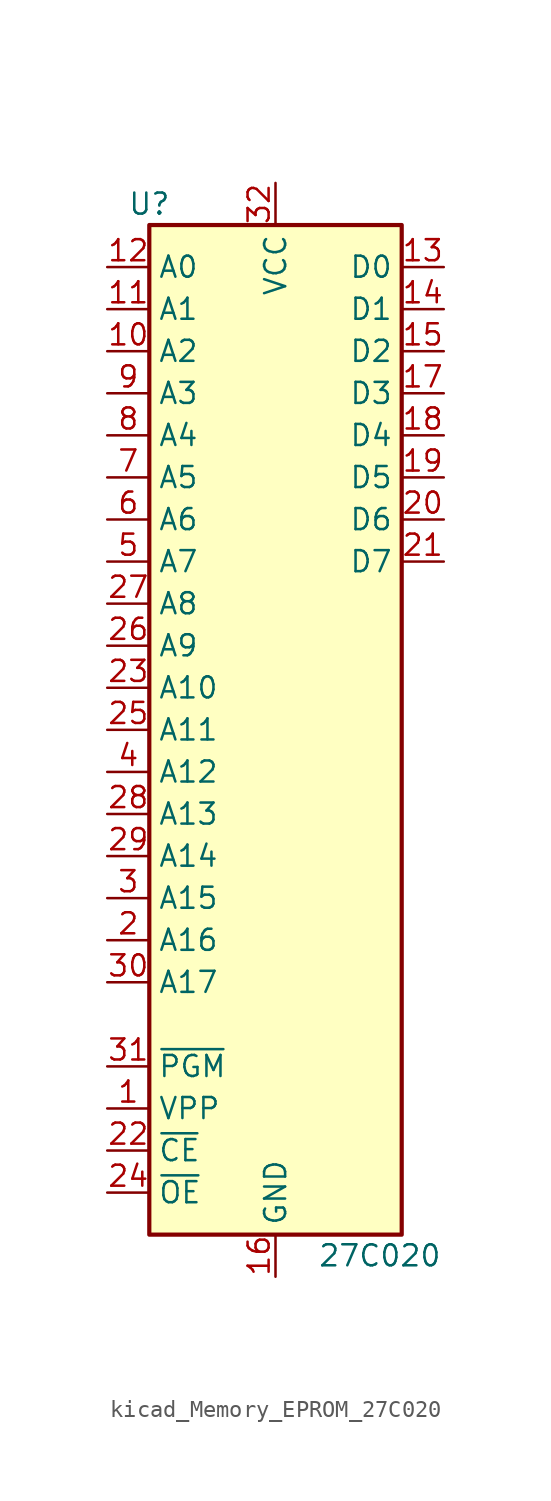
<source format=kicad_sym>
(kicad_symbol_lib
  (version 20220914)
  (generator kicad_symbol_editor)
  (symbol "kicad_Memory_EPROM_27C020"
    (property "Reference" "U"
      (at -7.62 31.75 0)
      (effects (font (size 1.27 1.27))))
    (property "Value" "27C020"
      (at 2.54 -31.75 0)
      (effects (font (size 1.27 1.27)) (justify left)))
    (symbol "kicad_Memory_EPROM_27C020_1_1"
      (rectangle (start -7.62 30.48) (end 7.62 -30.48) (stroke (width 0.254) (type default)) (fill (type background)))
      (pin input line (at -10.16 -22.86 0) (length 2.54) (name "VPP" (effects (font (size 1.27 1.27)))) (number "1" (effects (font (size 1.27 1.27)))))
      (pin input line (at -10.16 22.86 0) (length 2.54) (name "A2" (effects (font (size 1.27 1.27)))) (number "10" (effects (font (size 1.27 1.27)))))
      (pin input line (at -10.16 25.4 0) (length 2.54) (name "A1" (effects (font (size 1.27 1.27)))) (number "11" (effects (font (size 1.27 1.27)))))
      (pin input line (at -10.16 27.94 0) (length 2.54) (name "A0" (effects (font (size 1.27 1.27)))) (number "12" (effects (font (size 1.27 1.27)))))
      (pin tri_state line (at 10.16 27.94 180) (length 2.54) (name "D0" (effects (font (size 1.27 1.27)))) (number "13" (effects (font (size 1.27 1.27)))))
      (pin tri_state line (at 10.16 25.4 180) (length 2.54) (name "D1" (effects (font (size 1.27 1.27)))) (number "14" (effects (font (size 1.27 1.27)))))
      (pin tri_state line (at 10.16 22.86 180) (length 2.54) (name "D2" (effects (font (size 1.27 1.27)))) (number "15" (effects (font (size 1.27 1.27)))))
      (pin power_in line (at 0 -33.02 90) (length 2.54) (name "GND" (effects (font (size 1.27 1.27)))) (number "16" (effects (font (size 1.27 1.27)))))
      (pin tri_state line (at 10.16 20.32 180) (length 2.54) (name "D3" (effects (font (size 1.27 1.27)))) (number "17" (effects (font (size 1.27 1.27)))))
      (pin tri_state line (at 10.16 17.78 180) (length 2.54) (name "D4" (effects (font (size 1.27 1.27)))) (number "18" (effects (font (size 1.27 1.27)))))
      (pin tri_state line (at 10.16 15.24 180) (length 2.54) (name "D5" (effects (font (size 1.27 1.27)))) (number "19" (effects (font (size 1.27 1.27)))))
      (pin input line (at -10.16 -12.7 0) (length 2.54) (name "A16" (effects (font (size 1.27 1.27)))) (number "2" (effects (font (size 1.27 1.27)))))
      (pin tri_state line (at 10.16 12.7 180) (length 2.54) (name "D6" (effects (font (size 1.27 1.27)))) (number "20" (effects (font (size 1.27 1.27)))))
      (pin tri_state line (at 10.16 10.16 180) (length 2.54) (name "D7" (effects (font (size 1.27 1.27)))) (number "21" (effects (font (size 1.27 1.27)))))
      (pin input line (at -10.16 -25.4 0) (length 2.54) (name "~{CE}" (effects (font (size 1.27 1.27)))) (number "22" (effects (font (size 1.27 1.27)))))
      (pin input line (at -10.16 2.54 0) (length 2.54) (name "A10" (effects (font (size 1.27 1.27)))) (number "23" (effects (font (size 1.27 1.27)))))
      (pin input line (at -10.16 -27.94 0) (length 2.54) (name "~{OE}" (effects (font (size 1.27 1.27)))) (number "24" (effects (font (size 1.27 1.27)))))
      (pin input line (at -10.16 0 0) (length 2.54) (name "A11" (effects (font (size 1.27 1.27)))) (number "25" (effects (font (size 1.27 1.27)))))
      (pin input line (at -10.16 5.08 0) (length 2.54) (name "A9" (effects (font (size 1.27 1.27)))) (number "26" (effects (font (size 1.27 1.27)))))
      (pin input line (at -10.16 7.62 0) (length 2.54) (name "A8" (effects (font (size 1.27 1.27)))) (number "27" (effects (font (size 1.27 1.27)))))
      (pin input line (at -10.16 -5.08 0) (length 2.54) (name "A13" (effects (font (size 1.27 1.27)))) (number "28" (effects (font (size 1.27 1.27)))))
      (pin input line (at -10.16 -7.62 0) (length 2.54) (name "A14" (effects (font (size 1.27 1.27)))) (number "29" (effects (font (size 1.27 1.27)))))
      (pin input line (at -10.16 -10.16 0) (length 2.54) (name "A15" (effects (font (size 1.27 1.27)))) (number "3" (effects (font (size 1.27 1.27)))))
      (pin input line (at -10.16 -15.24 0) (length 2.54) (name "A17" (effects (font (size 1.27 1.27)))) (number "30" (effects (font (size 1.27 1.27)))))
      (pin input line (at -10.16 -20.32 0) (length 2.54) (name "~{PGM}" (effects (font (size 1.27 1.27)))) (number "31" (effects (font (size 1.27 1.27)))))
      (pin power_in line (at 0 33.02 270) (length 2.54) (name "VCC" (effects (font (size 1.27 1.27)))) (number "32" (effects (font (size 1.27 1.27)))))
      (pin input line (at -10.16 -2.54 0) (length 2.54) (name "A12" (effects (font (size 1.27 1.27)))) (number "4" (effects (font (size 1.27 1.27)))))
      (pin input line (at -10.16 10.16 0) (length 2.54) (name "A7" (effects (font (size 1.27 1.27)))) (number "5" (effects (font (size 1.27 1.27)))))
      (pin input line (at -10.16 12.7 0) (length 2.54) (name "A6" (effects (font (size 1.27 1.27)))) (number "6" (effects (font (size 1.27 1.27)))))
      (pin input line (at -10.16 15.24 0) (length 2.54) (name "A5" (effects (font (size 1.27 1.27)))) (number "7" (effects (font (size 1.27 1.27)))))
      (pin input line (at -10.16 17.78 0) (length 2.54) (name "A4" (effects (font (size 1.27 1.27)))) (number "8" (effects (font (size 1.27 1.27)))))
      (pin input line (at -10.16 20.32 0) (length 2.54) (name "A3" (effects (font (size 1.27 1.27)))) (number "9" (effects (font (size 1.27 1.27))))))))
</source>
